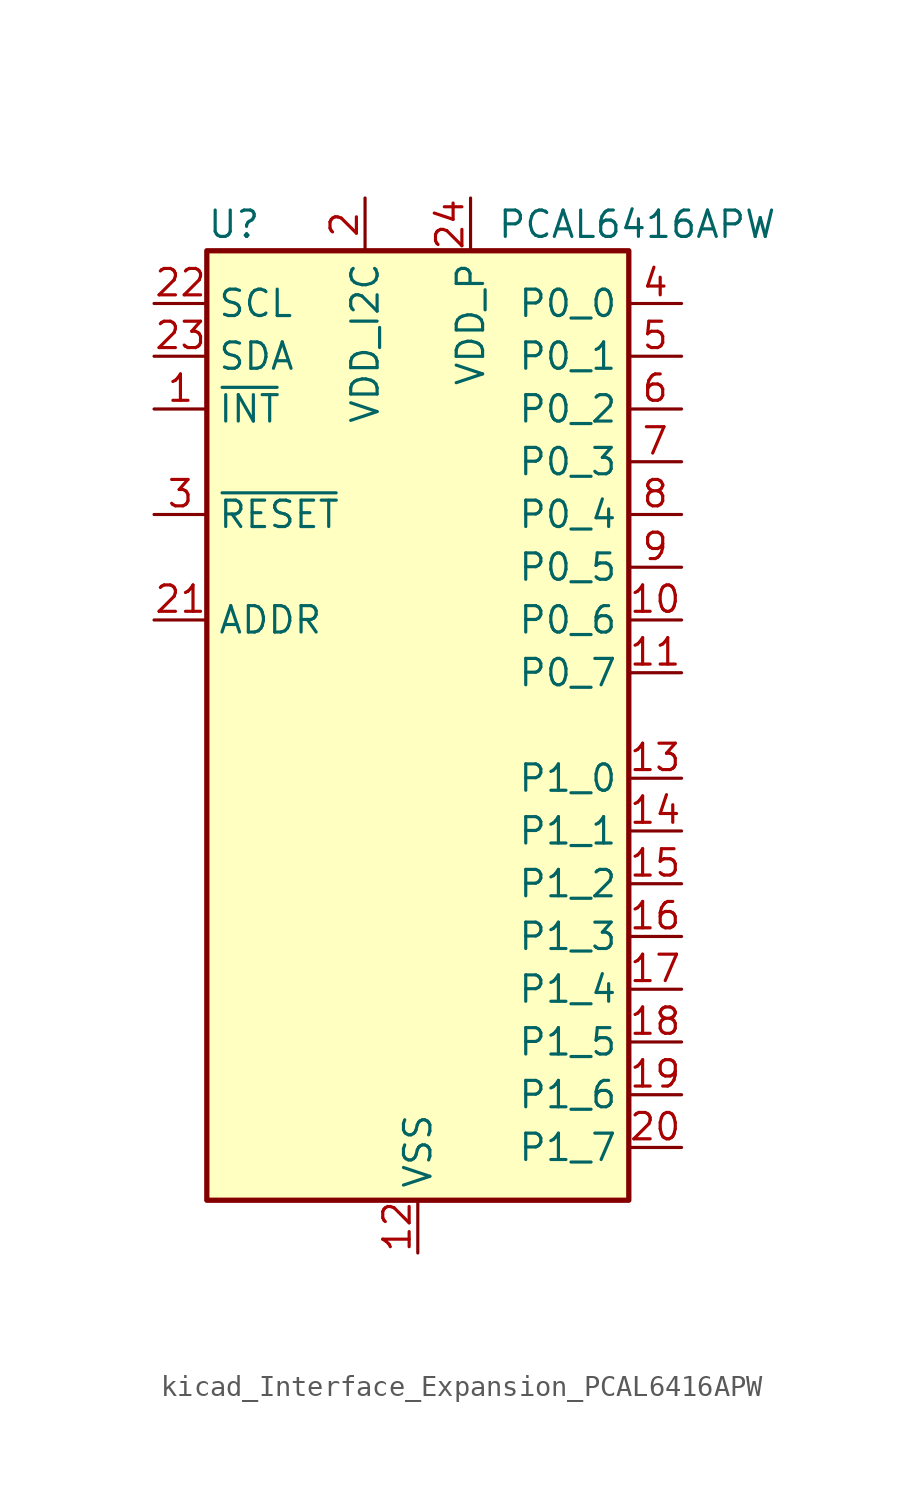
<source format=kicad_sym>
(kicad_symbol_lib
  (version 20220914)
  (generator kicad_symbol_editor)
  (symbol "kicad_Interface_Expansion_PCAL6416APW"
    (property "Reference" "U"
      (at -10.16 24.13 0)
      (effects (font (size 1.27 1.27)) (justify left)))
    (property "Value" "PCAL6416APW"
      (at 3.81 24.13 0)
      (effects (font (size 1.27 1.27)) (justify left)))
    (symbol "kicad_Interface_Expansion_PCAL6416APW_0_1"
      (rectangle (start -10.16 22.86) (end 10.16 -22.86) (stroke (width 0.254) (type default)) (fill (type background))))
    (symbol "kicad_Interface_Expansion_PCAL6416APW_1_1"
      (pin open_collector line (at -12.7 15.24 0) (length 2.54) (name "~{INT}" (effects (font (size 1.27 1.27)))) (number "1" (effects (font (size 1.27 1.27)))))
      (pin bidirectional line (at 12.7 5.08 180) (length 2.54) (name "P0_6" (effects (font (size 1.27 1.27)))) (number "10" (effects (font (size 1.27 1.27)))))
      (pin bidirectional line (at 12.7 2.54 180) (length 2.54) (name "P0_7" (effects (font (size 1.27 1.27)))) (number "11" (effects (font (size 1.27 1.27)))))
      (pin power_in line (at 0 -25.4 90) (length 2.54) (name "VSS" (effects (font (size 1.27 1.27)))) (number "12" (effects (font (size 1.27 1.27)))))
      (pin bidirectional line (at 12.7 -2.54 180) (length 2.54) (name "P1_0" (effects (font (size 1.27 1.27)))) (number "13" (effects (font (size 1.27 1.27)))))
      (pin bidirectional line (at 12.7 -5.08 180) (length 2.54) (name "P1_1" (effects (font (size 1.27 1.27)))) (number "14" (effects (font (size 1.27 1.27)))))
      (pin bidirectional line (at 12.7 -7.62 180) (length 2.54) (name "P1_2" (effects (font (size 1.27 1.27)))) (number "15" (effects (font (size 1.27 1.27)))))
      (pin bidirectional line (at 12.7 -10.16 180) (length 2.54) (name "P1_3" (effects (font (size 1.27 1.27)))) (number "16" (effects (font (size 1.27 1.27)))))
      (pin bidirectional line (at 12.7 -12.7 180) (length 2.54) (name "P1_4" (effects (font (size 1.27 1.27)))) (number "17" (effects (font (size 1.27 1.27)))))
      (pin bidirectional line (at 12.7 -15.24 180) (length 2.54) (name "P1_5" (effects (font (size 1.27 1.27)))) (number "18" (effects (font (size 1.27 1.27)))))
      (pin bidirectional line (at 12.7 -17.78 180) (length 2.54) (name "P1_6" (effects (font (size 1.27 1.27)))) (number "19" (effects (font (size 1.27 1.27)))))
      (pin power_in line (at -2.54 25.4 270) (length 2.54) (name "VDD_I2C" (effects (font (size 1.27 1.27)))) (number "2" (effects (font (size 1.27 1.27)))))
      (pin bidirectional line (at 12.7 -20.32 180) (length 2.54) (name "P1_7" (effects (font (size 1.27 1.27)))) (number "20" (effects (font (size 1.27 1.27)))))
      (pin input line (at -12.7 5.08 0) (length 2.54) (name "ADDR" (effects (font (size 1.27 1.27)))) (number "21" (effects (font (size 1.27 1.27)))))
      (pin input line (at -12.7 20.32 0) (length 2.54) (name "SCL" (effects (font (size 1.27 1.27)))) (number "22" (effects (font (size 1.27 1.27)))))
      (pin bidirectional line (at -12.7 17.78 0) (length 2.54) (name "SDA" (effects (font (size 1.27 1.27)))) (number "23" (effects (font (size 1.27 1.27)))))
      (pin power_in line (at 2.54 25.4 270) (length 2.54) (name "VDD_P" (effects (font (size 1.27 1.27)))) (number "24" (effects (font (size 1.27 1.27)))))
      (pin input line (at -12.7 10.16 0) (length 2.54) (name "~{RESET}" (effects (font (size 1.27 1.27)))) (number "3" (effects (font (size 1.27 1.27)))))
      (pin bidirectional line (at 12.7 20.32 180) (length 2.54) (name "P0_0" (effects (font (size 1.27 1.27)))) (number "4" (effects (font (size 1.27 1.27)))))
      (pin bidirectional line (at 12.7 17.78 180) (length 2.54) (name "P0_1" (effects (font (size 1.27 1.27)))) (number "5" (effects (font (size 1.27 1.27)))))
      (pin bidirectional line (at 12.7 15.24 180) (length 2.54) (name "P0_2" (effects (font (size 1.27 1.27)))) (number "6" (effects (font (size 1.27 1.27)))))
      (pin bidirectional line (at 12.7 12.7 180) (length 2.54) (name "P0_3" (effects (font (size 1.27 1.27)))) (number "7" (effects (font (size 1.27 1.27)))))
      (pin bidirectional line (at 12.7 10.16 180) (length 2.54) (name "P0_4" (effects (font (size 1.27 1.27)))) (number "8" (effects (font (size 1.27 1.27)))))
      (pin bidirectional line (at 12.7 7.62 180) (length 2.54) (name "P0_5" (effects (font (size 1.27 1.27)))) (number "9" (effects (font (size 1.27 1.27))))))))
</source>
